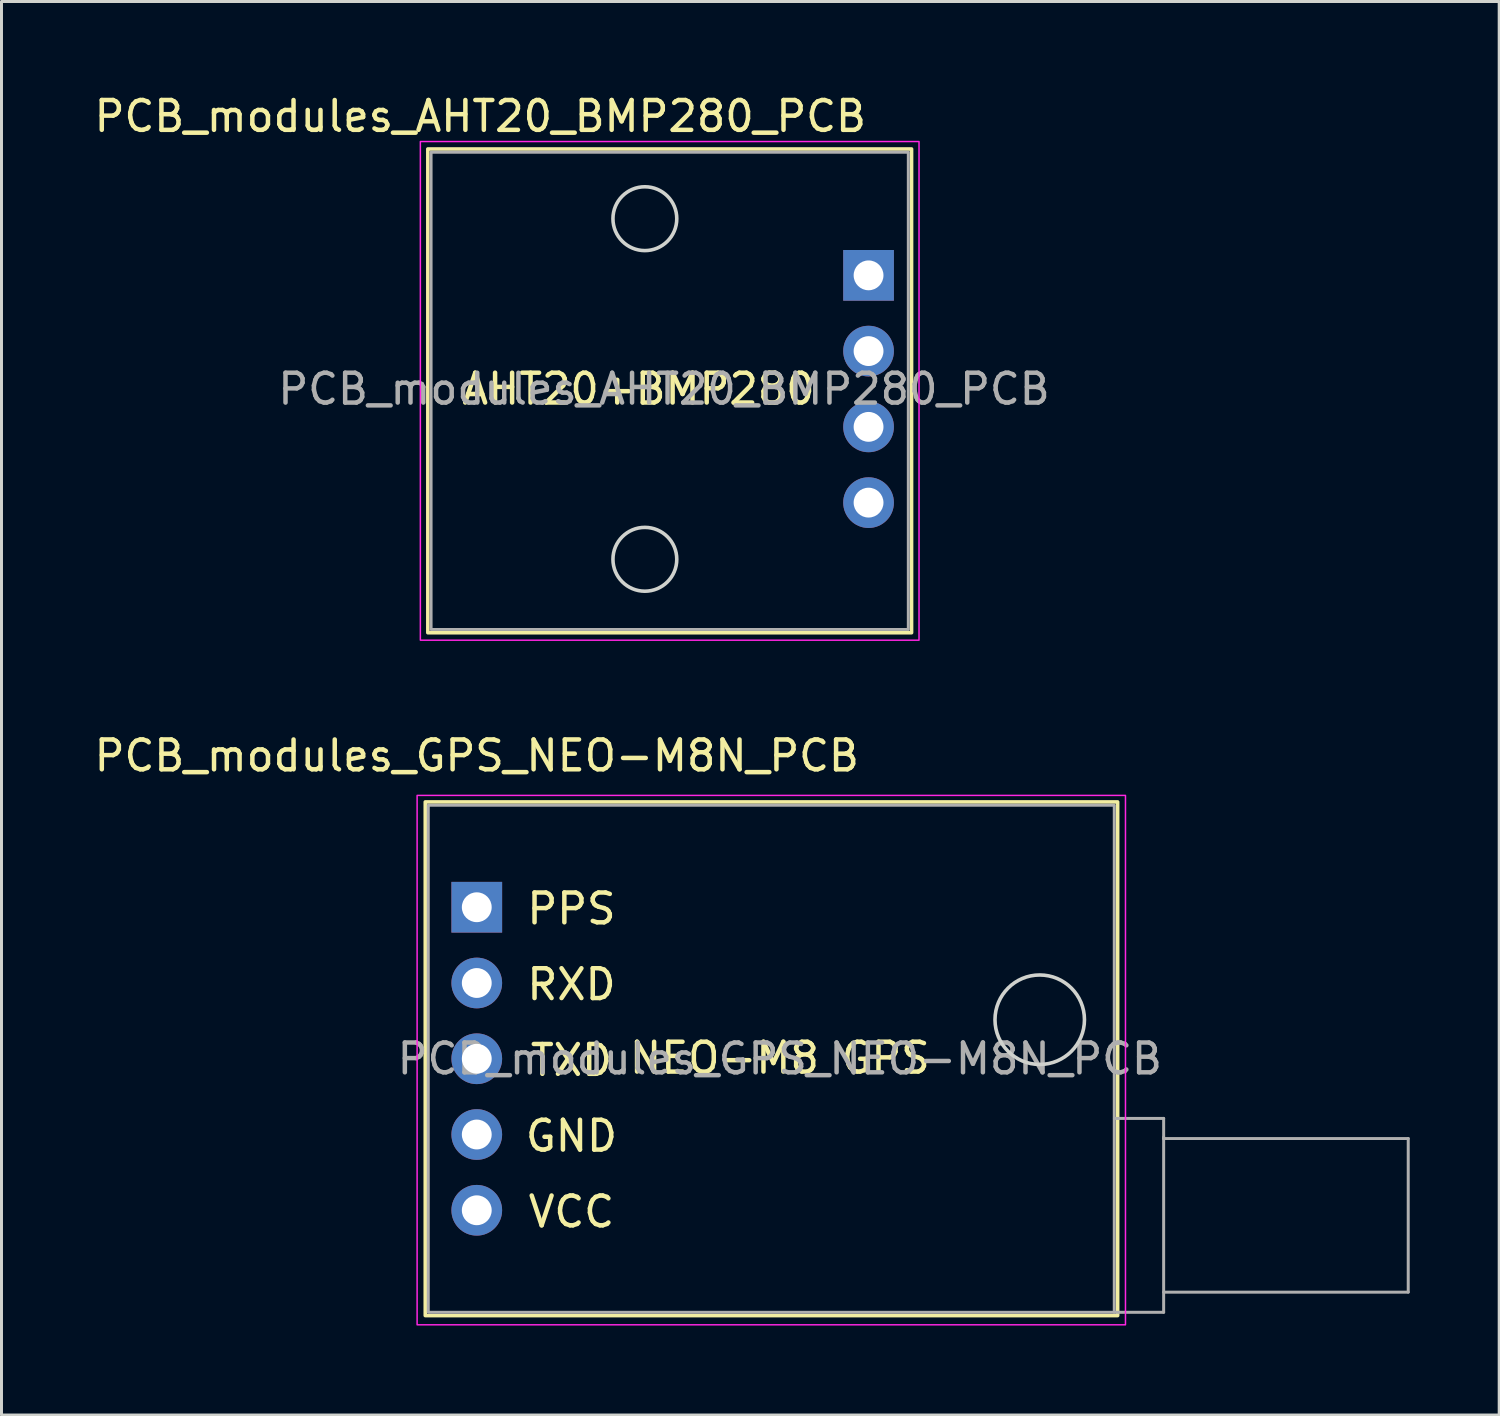
<source format=kicad_pcb>
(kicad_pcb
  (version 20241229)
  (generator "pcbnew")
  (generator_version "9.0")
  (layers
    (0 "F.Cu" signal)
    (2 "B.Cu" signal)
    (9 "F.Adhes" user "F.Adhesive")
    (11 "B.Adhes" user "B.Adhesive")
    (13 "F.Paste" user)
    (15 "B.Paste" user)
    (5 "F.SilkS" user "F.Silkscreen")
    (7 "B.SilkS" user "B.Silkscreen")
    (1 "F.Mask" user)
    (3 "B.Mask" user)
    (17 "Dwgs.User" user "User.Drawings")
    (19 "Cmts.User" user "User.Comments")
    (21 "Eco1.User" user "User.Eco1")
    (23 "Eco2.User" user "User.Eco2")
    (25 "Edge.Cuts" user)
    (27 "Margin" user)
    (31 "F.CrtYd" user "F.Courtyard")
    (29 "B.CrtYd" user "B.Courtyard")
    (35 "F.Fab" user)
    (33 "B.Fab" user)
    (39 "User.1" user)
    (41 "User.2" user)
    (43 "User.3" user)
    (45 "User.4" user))
  (footprint "PCB_modules_AHT20_BMP280_PCB"
    (layer "F.Cu")
    (at 26.071 6.182)
    (property "Reference" "PCB_modules_AHT20_BMP280_PCB" (at -13.018 -5.334 0) (unlocked yes) (layer "F.SilkS") (effects (font (size 1 1) (thickness 0.15))))
    (attr through_hole)
    (fp_rect (start -14.777 -4.237) (end 1.442 11.982) (stroke (width 0.12) (type default)) (fill no) (layer "F.SilkS"))
    (fp_circle (center -7.5 -1.9) (end -6.43 -1.9) (stroke (width 0.12) (type default)) (fill no) (layer "Edge.Cuts"))
    (fp_circle (center -7.5 9.52) (end -6.43 9.52) (stroke (width 0.12) (type default)) (fill no) (layer "Edge.Cuts"))
    (fp_rect (start -15.027 -4.487) (end 1.692 12.232) (stroke (width 0.05) (type default)) (fill no) (layer "F.CrtYd"))
    (fp_rect (start -14.668 -4.128) (end 1.333 11.873) (stroke (width 0.1) (type default)) (fill no) (layer "F.Fab"))
    (fp_text user "AHT20+BMP280" (at -13.716 4.394 0) (unlocked yes) (layer "F.SilkS") (effects (font (size 1 1) (thickness 0.15)) (justify left bottom)))
    (fp_text user "${REFERENCE}" (at -6.858 3.81 0) (unlocked yes) (layer "F.Fab") (effects (font (size 1 1) (thickness 0.15))))
    (pad "1" thru_hole rect (at 0 0) (size 1.7 1.7) (drill 1) (layers "*.Cu" "*.Mask"))
    (pad "2" thru_hole oval (at 0 2.54) (size 1.7 1.7) (drill 1) (layers "*.Cu" "*.Mask"))
    (pad "3" thru_hole oval (at 0 5.08) (size 1.7 1.7) (drill 1) (layers "*.Cu" "*.Mask"))
    (pad "4" thru_hole oval (at 0 7.62) (size 1.7 1.7) (drill 1) (layers "*.Cu" "*.Mask")))
  (footprint "PCB_modules_GPS_NEO-M8N_PCB"
    (layer "F.Cu")
    (at 12.935 27.368)
    (property "Reference" "PCB_modules_GPS_NEO-M8N_PCB" (at 0 -5.08 0) (unlocked yes) (layer "F.SilkS") (effects (font (size 1 1) (thickness 0.15))))
    (attr through_hole)
    (fp_rect (start -1.727 -3.531) (end 21.488 13.691) (stroke (width 0.12) (type default)) (fill no) (layer "F.SilkS"))
    (fp_circle (center 18.875 3.771) (end 20.375 3.771) (stroke (width 0.12) (type default)) (fill no) (layer "Edge.Cuts"))
    (fp_rect (start -2 -3.75) (end 21.75 14) (stroke (width 0.05) (type default)) (fill no) (layer "F.CrtYd"))
    (fp_line (start 21.374 13.58) (end 23.03 13.58) (stroke (width 0.1) (type default)) (layer "F.Fab"))
    (fp_line (start 23.03 7.08) (end 21.38 7.08) (stroke (width 0.1) (type default)) (layer "F.Fab"))
    (fp_line (start 23.03 7.755) (end 23.03 7.71) (stroke (width 0.1) (type default)) (layer "F.Fab"))
    (fp_line (start 23.03 12.905) (end 31.23 12.905) (stroke (width 0.1) (type default)) (layer "F.Fab"))
    (fp_line (start 23.03 13.58) (end 23.03 7.08) (stroke (width 0.1) (type default)) (layer "F.Fab"))
    (fp_line (start 31.23 7.755) (end 23.03 7.755) (stroke (width 0.1) (type default)) (layer "F.Fab"))
    (fp_line (start 31.23 12.905) (end 31.23 7.755) (stroke (width 0.1) (type default)) (layer "F.Fab"))
    (fp_rect (start -1.626 -3.42) (end 21.374 13.58) (stroke (width 0.1) (type default)) (fill no) (layer "F.Fab"))
    (fp_text user "GND" (at 3.175 8.255 0) (unlocked yes) (layer "F.SilkS") (effects (font (size 1 1) (thickness 0.15)) (justify bottom)))
    (fp_text user "NEO-M8 GPS" (at 10.16 5.639 0) (unlocked yes) (layer "F.SilkS") (effects (font (size 1 1) (thickness 0.15)) (justify bottom)))
    (fp_text user "TXD" (at 3.175 5.715 0) (unlocked yes) (layer "F.SilkS") (effects (font (size 1 1) (thickness 0.15)) (justify bottom)))
    (fp_text user "PPS" (at 3.175 0.635 0) (unlocked yes) (layer "F.SilkS") (effects (font (size 1 1) (thickness 0.15)) (justify bottom)))
    (fp_text user "VCC" (at 3.175 10.795 0) (unlocked yes) (layer "F.SilkS") (effects (font (size 1 1) (thickness 0.15)) (justify bottom)))
    (fp_text user "RXD" (at 3.175 3.175 0) (unlocked yes) (layer "F.SilkS") (effects (font (size 1 1) (thickness 0.15)) (justify bottom)))
    (fp_text user "${REFERENCE}" (at 10.16 5.08 0) (unlocked yes) (layer "F.Fab") (effects (font (size 1 1) (thickness 0.15))))
    (pad "1" thru_hole rect (at 0 0) (size 1.7 1.7) (drill 1) (layers "*.Cu" "*.Mask"))
    (pad "2" thru_hole oval (at 0 2.54) (size 1.7 1.7) (drill 1) (layers "*.Cu" "*.Mask"))
    (pad "3" thru_hole oval (at 0 5.08) (size 1.7 1.7) (drill 1) (layers "*.Cu" "*.Mask"))
    (pad "4" thru_hole oval (at 0 7.62) (size 1.7 1.7) (drill 1) (layers "*.Cu" "*.Mask"))
    (pad "5" thru_hole oval (at 0 10.16) (size 1.7 1.7) (drill 1) (layers "*.Cu" "*.Mask")))
  (gr_rect
    (start -3 -3)
    (end 47.215 44.393)
    (stroke (width 0.1) (type default))
    (fill no)
    (layer "Edge.Cuts")))
</source>
